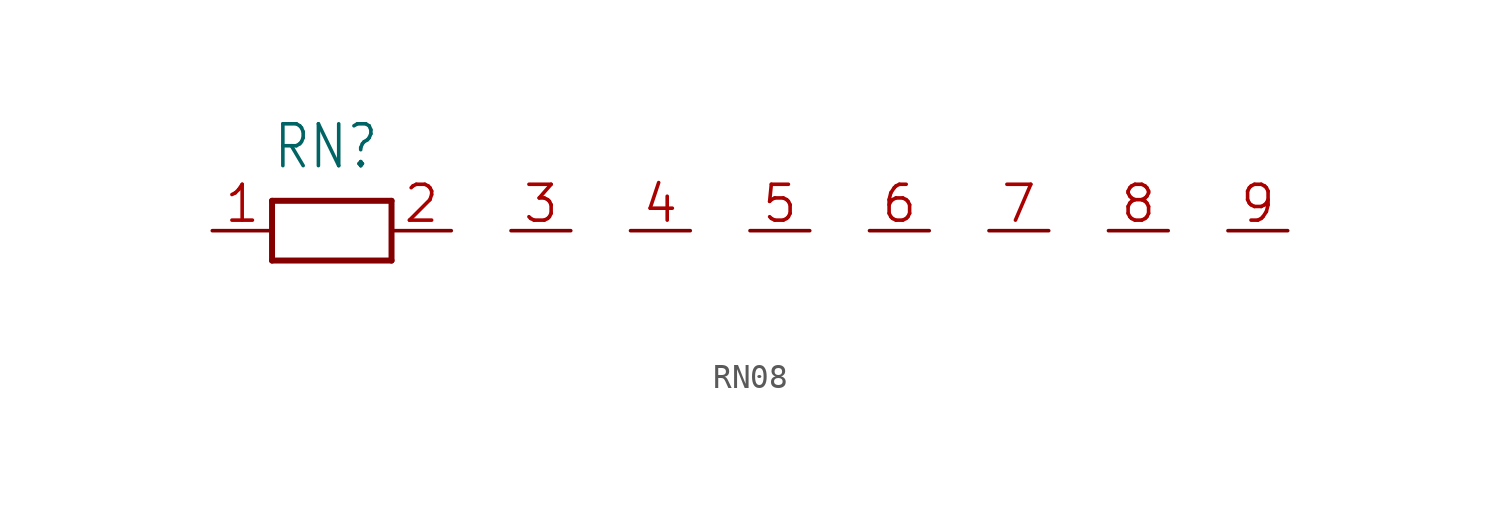
<source format=kicad_sym>
(kicad_symbol_lib
  (version 20241209)
  (generator "kicad_symbol_editor")
  (generator_version "9.0")
  (symbol "RN08"
    (property "Reference" "RN"
      (at -2.54 2.54 0)
      (effects (font (size 1.778 1.511)) (justify left bottom)))
    (property "Value" ""
      (at -2.54 -4.318 0)
      (effects (font (size 1.778 1.511)) (justify left bottom)))
    (property "ki_locked" ""
      (at 0 0 0)
      (effects (font (size 1.27 1.27))))
    (symbol "RN08_1_0"
      (polyline (pts (xy -2.54 1.27) (xy -2.54 -1.27)) (stroke (width 0.254) (type solid)) (fill (type none)))
      (polyline (pts (xy -2.54 -1.27) (xy 2.54 -1.27)) (stroke (width 0.254) (type solid)) (fill (type none)))
      (polyline (pts (xy 2.54 1.27) (xy -2.54 1.27)) (stroke (width 0.254) (type solid)) (fill (type none)))
      (polyline (pts (xy 2.54 -1.27) (xy 2.54 1.27)) (stroke (width 0.254) (type solid)) (fill (type none)))
      (pin passive line (at -5.08 0 0) (length 2.54) (name "1" (effects (font (size 0 0)))) (number "1" (effects (font (size 1.524 1.524)))))
      (pin passive line (at 5.08 0 180) (length 2.54) (name "2" (effects (font (size 0 0)))) (number "2" (effects (font (size 1.524 1.524)))))
      (pin passive line (at 10.16 0 180) (length 2.54) (name "3" (effects (font (size 0 0)))) (number "3" (effects (font (size 1.524 1.524)))))
      (pin passive line (at 15.24 0 180) (length 2.54) (name "4" (effects (font (size 0 0)))) (number "4" (effects (font (size 1.524 1.524)))))
      (pin passive line (at 20.32 0 180) (length 2.54) (name "5" (effects (font (size 0 0)))) (number "5" (effects (font (size 1.524 1.524)))))
      (pin passive line (at 25.4 0 180) (length 2.54) (name "6" (effects (font (size 0 0)))) (number "6" (effects (font (size 1.524 1.524)))))
      (pin passive line (at 30.48 0 180) (length 2.54) (name "7" (effects (font (size 0 0)))) (number "7" (effects (font (size 1.524 1.524)))))
      (pin passive line (at 35.56 0 180) (length 2.54) (name "8" (effects (font (size 0 0)))) (number "8" (effects (font (size 1.524 1.524)))))
      (pin passive line (at 40.64 0 180) (length 2.54) (name "9" (effects (font (size 0 0)))) (number "9" (effects (font (size 1.524 1.524))))))))
</source>
